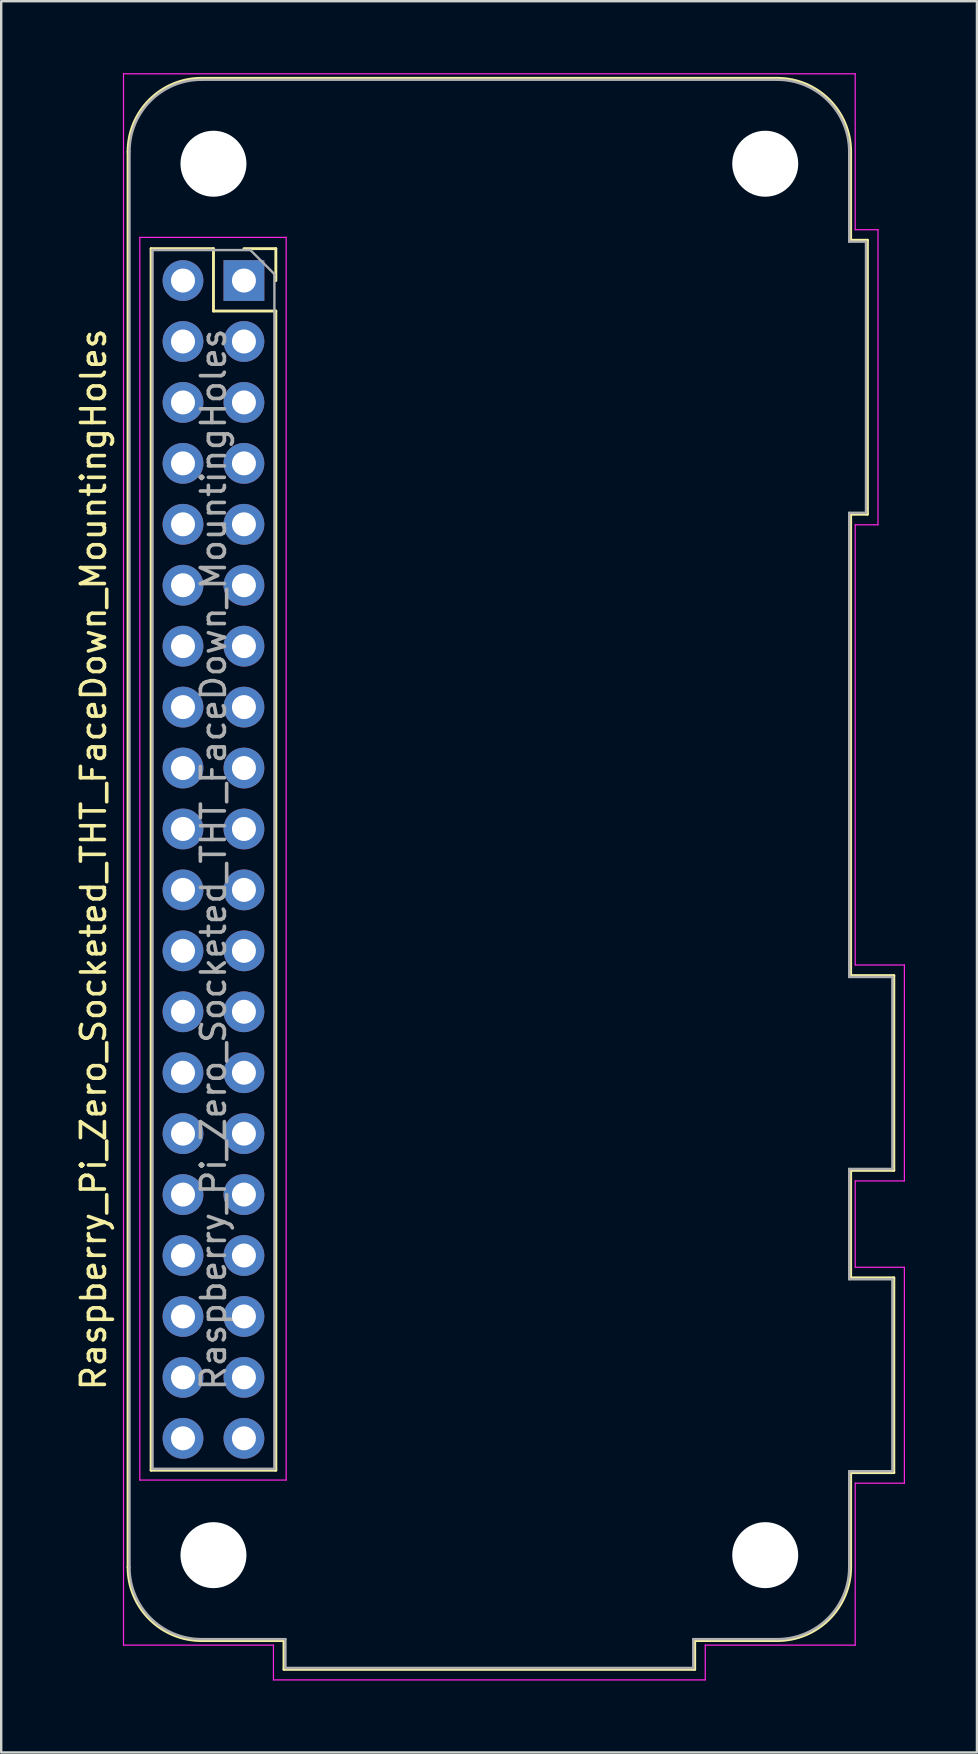
<source format=kicad_pcb>
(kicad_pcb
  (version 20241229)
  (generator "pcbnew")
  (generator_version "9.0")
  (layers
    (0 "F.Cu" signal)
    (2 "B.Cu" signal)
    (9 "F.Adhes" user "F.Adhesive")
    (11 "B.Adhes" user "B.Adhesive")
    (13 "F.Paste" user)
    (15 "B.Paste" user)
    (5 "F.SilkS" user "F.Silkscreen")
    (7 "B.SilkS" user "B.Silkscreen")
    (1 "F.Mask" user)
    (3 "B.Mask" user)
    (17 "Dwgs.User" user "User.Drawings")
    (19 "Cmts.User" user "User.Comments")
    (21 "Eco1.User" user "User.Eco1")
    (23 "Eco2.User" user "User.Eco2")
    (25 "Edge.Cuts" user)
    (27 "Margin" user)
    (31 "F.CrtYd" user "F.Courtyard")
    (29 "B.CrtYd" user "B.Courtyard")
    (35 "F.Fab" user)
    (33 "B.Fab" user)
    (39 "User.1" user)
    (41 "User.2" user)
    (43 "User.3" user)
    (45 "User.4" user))
  (footprint "Raspberry_Pi_Zero_Socketed_THT_FaceDown_MountingHoles"
    (layer "F.Cu")
    (at 7.118 8.645)
    (property "Reference" "Raspberry_Pi_Zero_Socketed_THT_FaceDown_MountingHoles" (at -6.27 24.13 90) (layer "F.SilkS") (effects (font (size 1 1) (thickness 0.15))))
    (attr through_hole)
    (fp_line (start -4.83 53.63) (end -4.83 -5.37) (stroke (width 0.12) (type solid)) (layer "F.SilkS"))
    (fp_line (start -3.87 -1.33) (end -3.87 49.59) (stroke (width 0.12) (type solid)) (layer "F.SilkS"))
    (fp_line (start -3.87 -1.33) (end -1.27 -1.33) (stroke (width 0.12) (type solid)) (layer "F.SilkS"))
    (fp_line (start -3.87 49.59) (end 1.33 49.59) (stroke (width 0.12) (type solid)) (layer "F.SilkS"))
    (fp_line (start -1.77 -8.43) (end 22.23 -8.43) (stroke (width 0.12) (type solid)) (layer "F.SilkS"))
    (fp_line (start -1.27 -1.33) (end -1.27 1.27) (stroke (width 0.12) (type solid)) (layer "F.SilkS"))
    (fp_line (start -1.27 1.27) (end 1.33 1.27) (stroke (width 0.12) (type solid)) (layer "F.SilkS"))
    (fp_line (start 0 -1.33) (end 1.33 -1.33) (stroke (width 0.12) (type solid)) (layer "F.SilkS"))
    (fp_line (start 1.33 -1.33) (end 1.33 0) (stroke (width 0.12) (type solid)) (layer "F.SilkS"))
    (fp_line (start 1.33 1.27) (end 1.33 49.59) (stroke (width 0.12) (type solid)) (layer "F.SilkS"))
    (fp_line (start 1.67 56.69) (end -1.77 56.69) (stroke (width 0.12) (type solid)) (layer "F.SilkS"))
    (fp_line (start 1.67 56.69) (end 1.67 57.89) (stroke (width 0.12) (type solid)) (layer "F.SilkS"))
    (fp_line (start 1.67 57.89) (end 18.79 57.89) (stroke (width 0.12) (type solid)) (layer "F.SilkS"))
    (fp_line (start 18.79 56.69) (end 22.23 56.69) (stroke (width 0.12) (type solid)) (layer "F.SilkS"))
    (fp_line (start 18.79 57.89) (end 18.79 56.69) (stroke (width 0.12) (type solid)) (layer "F.SilkS"))
    (fp_line (start 25.29 -1.68) (end 25.29 -5.37) (stroke (width 0.12) (type solid)) (layer "F.SilkS"))
    (fp_line (start 25.29 9.74) (end 25.99 9.74) (stroke (width 0.12) (type solid)) (layer "F.SilkS"))
    (fp_line (start 25.29 28.97) (end 25.29 9.74) (stroke (width 0.12) (type solid)) (layer "F.SilkS"))
    (fp_line (start 25.29 37.09) (end 27.09 37.09) (stroke (width 0.12) (type solid)) (layer "F.SilkS"))
    (fp_line (start 25.29 41.57) (end 25.29 37.09) (stroke (width 0.12) (type solid)) (layer "F.SilkS"))
    (fp_line (start 25.29 49.69) (end 27.09 49.69) (stroke (width 0.12) (type solid)) (layer "F.SilkS"))
    (fp_line (start 25.29 53.63) (end 25.29 49.69) (stroke (width 0.12) (type solid)) (layer "F.SilkS"))
    (fp_line (start 25.99 -1.68) (end 25.29 -1.68) (stroke (width 0.12) (type solid)) (layer "F.SilkS"))
    (fp_line (start 25.99 9.74) (end 25.99 -1.68) (stroke (width 0.12) (type solid)) (layer "F.SilkS"))
    (fp_line (start 27.09 28.97) (end 25.29 28.97) (stroke (width 0.12) (type solid)) (layer "F.SilkS"))
    (fp_line (start 27.09 37.09) (end 27.09 28.97) (stroke (width 0.12) (type solid)) (layer "F.SilkS"))
    (fp_line (start 27.09 41.57) (end 25.29 41.57) (stroke (width 0.12) (type solid)) (layer "F.SilkS"))
    (fp_line (start 27.09 49.69) (end 27.09 41.57) (stroke (width 0.12) (type solid)) (layer "F.SilkS"))
    (fp_arc (start -4.83 -5.37) (mid -3.933747 -7.533747) (end -1.77 -8.43) (stroke (width 0.12) (type solid)) (layer "F.SilkS"))
    (fp_arc (start -1.77 56.69) (mid -3.933747 55.793747) (end -4.83 53.63) (stroke (width 0.12) (type solid)) (layer "F.SilkS"))
    (fp_arc (start 22.23 -8.43) (mid 24.393747 -7.533747) (end 25.29 -5.37) (stroke (width 0.12) (type solid)) (layer "F.SilkS"))
    (fp_arc (start 25.29 53.63) (mid 24.393747 55.793747) (end 22.23 56.69) (stroke (width 0.12) (type solid)) (layer "F.SilkS"))
    (fp_line (start -5.02 -8.62) (end 25.48 -8.62) (stroke (width 0.05) (type solid)) (layer "F.CrtYd"))
    (fp_line (start -5.02 56.88) (end -5.02 -8.62) (stroke (width 0.05) (type solid)) (layer "F.CrtYd"))
    (fp_line (start -5.02 56.88) (end 1.23 56.88) (stroke (width 0.05) (type solid)) (layer "F.CrtYd"))
    (fp_line (start -4.34 -1.8) (end 1.76 -1.8) (stroke (width 0.05) (type solid)) (layer "F.CrtYd"))
    (fp_line (start -4.34 50) (end -4.34 -1.8) (stroke (width 0.05) (type solid)) (layer "F.CrtYd"))
    (fp_line (start 1.23 58.33) (end 1.23 56.88) (stroke (width 0.05) (type solid)) (layer "F.CrtYd"))
    (fp_line (start 1.76 -1.8) (end 1.76 50) (stroke (width 0.05) (type solid)) (layer "F.CrtYd"))
    (fp_line (start 1.76 50) (end -4.34 50) (stroke (width 0.05) (type solid)) (layer "F.CrtYd"))
    (fp_line (start 19.23 56.88) (end 25.48 56.88) (stroke (width 0.05) (type solid)) (layer "F.CrtYd"))
    (fp_line (start 19.23 58.33) (end 1.23 58.33) (stroke (width 0.05) (type solid)) (layer "F.CrtYd"))
    (fp_line (start 19.23 58.33) (end 19.23 56.88) (stroke (width 0.05) (type solid)) (layer "F.CrtYd"))
    (fp_line (start 25.48 -2.12) (end 25.48 -8.62) (stroke (width 0.05) (type solid)) (layer "F.CrtYd"))
    (fp_line (start 25.48 28.53) (end 25.48 10.18) (stroke (width 0.05) (type solid)) (layer "F.CrtYd"))
    (fp_line (start 25.48 37.53) (end 25.48 41.13) (stroke (width 0.05) (type solid)) (layer "F.CrtYd"))
    (fp_line (start 25.48 50.13) (end 25.48 56.88) (stroke (width 0.05) (type solid)) (layer "F.CrtYd"))
    (fp_line (start 26.43 -2.12) (end 25.48 -2.12) (stroke (width 0.05) (type solid)) (layer "F.CrtYd"))
    (fp_line (start 26.43 -2.12) (end 26.43 10.18) (stroke (width 0.05) (type solid)) (layer "F.CrtYd"))
    (fp_line (start 26.43 10.18) (end 25.48 10.18) (stroke (width 0.05) (type solid)) (layer "F.CrtYd"))
    (fp_line (start 27.53 28.53) (end 25.48 28.53) (stroke (width 0.05) (type solid)) (layer "F.CrtYd"))
    (fp_line (start 27.53 37.53) (end 25.48 37.53) (stroke (width 0.05) (type solid)) (layer "F.CrtYd"))
    (fp_line (start 27.53 37.53) (end 27.53 28.53) (stroke (width 0.05) (type solid)) (layer "F.CrtYd"))
    (fp_line (start 27.53 41.13) (end 25.48 41.13) (stroke (width 0.05) (type solid)) (layer "F.CrtYd"))
    (fp_line (start 27.53 50.13) (end 25.48 50.13) (stroke (width 0.05) (type solid)) (layer "F.CrtYd"))
    (fp_line (start 27.53 50.13) (end 27.53 41.13) (stroke (width 0.05) (type solid)) (layer "F.CrtYd"))
    (fp_line (start -4.77 53.63) (end -4.77 -5.37) (stroke (width 0.1) (type solid)) (layer "F.Fab"))
    (fp_line (start -3.81 -1.27) (end 0.27 -1.27) (stroke (width 0.1) (type solid)) (layer "F.Fab"))
    (fp_line (start -3.81 49.53) (end -3.81 -1.27) (stroke (width 0.1) (type solid)) (layer "F.Fab"))
    (fp_line (start -1.77 -8.37) (end 22.23 -8.37) (stroke (width 0.1) (type solid)) (layer "F.Fab"))
    (fp_line (start -1.77 56.63) (end 1.73 56.63) (stroke (width 0.1) (type solid)) (layer "F.Fab"))
    (fp_line (start 0.27 -1.27) (end 1.27 -0.27) (stroke (width 0.1) (type solid)) (layer "F.Fab"))
    (fp_line (start 1.27 -0.27) (end 1.27 49.53) (stroke (width 0.1) (type solid)) (layer "F.Fab"))
    (fp_line (start 1.27 49.53) (end -3.81 49.53) (stroke (width 0.1) (type solid)) (layer "F.Fab"))
    (fp_line (start 1.73 56.63) (end 1.73 57.83) (stroke (width 0.1) (type solid)) (layer "F.Fab"))
    (fp_line (start 1.73 57.83) (end 18.73 57.83) (stroke (width 0.1) (type solid)) (layer "F.Fab"))
    (fp_line (start 18.73 56.63) (end 18.73 57.83) (stroke (width 0.1) (type solid)) (layer "F.Fab"))
    (fp_line (start 22.23 56.63) (end 18.73 56.63) (stroke (width 0.1) (type solid)) (layer "F.Fab"))
    (fp_line (start 25.23 -1.62) (end 25.23 -5.37) (stroke (width 0.1) (type solid)) (layer "F.Fab"))
    (fp_line (start 25.23 -1.62) (end 25.93 -1.62) (stroke (width 0.1) (type solid)) (layer "F.Fab"))
    (fp_line (start 25.23 9.68) (end 25.93 9.68) (stroke (width 0.1) (type solid)) (layer "F.Fab"))
    (fp_line (start 25.23 29.03) (end 25.23 9.68) (stroke (width 0.1) (type solid)) (layer "F.Fab"))
    (fp_line (start 25.23 37.03) (end 27.03 37.03) (stroke (width 0.1) (type solid)) (layer "F.Fab"))
    (fp_line (start 25.23 41.63) (end 25.23 37.03) (stroke (width 0.1) (type solid)) (layer "F.Fab"))
    (fp_line (start 25.23 49.63) (end 25.23 53.63) (stroke (width 0.1) (type solid)) (layer "F.Fab"))
    (fp_line (start 25.23 49.63) (end 27.03 49.63) (stroke (width 0.1) (type solid)) (layer "F.Fab"))
    (fp_line (start 25.93 9.68) (end 25.93 -1.62) (stroke (width 0.1) (type solid)) (layer "F.Fab"))
    (fp_line (start 27.03 29.03) (end 25.23 29.03) (stroke (width 0.1) (type solid)) (layer "F.Fab"))
    (fp_line (start 27.03 37.03) (end 27.03 29.03) (stroke (width 0.1) (type solid)) (layer "F.Fab"))
    (fp_line (start 27.03 41.63) (end 25.23 41.63) (stroke (width 0.1) (type solid)) (layer "F.Fab"))
    (fp_line (start 27.03 49.63) (end 27.03 41.63) (stroke (width 0.1) (type solid)) (layer "F.Fab"))
    (fp_arc (start -4.77 -5.37) (mid -3.89132 -7.49132) (end -1.77 -8.37) (stroke (width 0.1) (type solid)) (layer "F.Fab"))
    (fp_arc (start -1.77 56.63) (mid -3.89132 55.75132) (end -4.77 53.63) (stroke (width 0.1) (type solid)) (layer "F.Fab"))
    (fp_arc (start 22.23 -8.37) (mid 24.35132 -7.49132) (end 25.23 -5.37) (stroke (width 0.1) (type solid)) (layer "F.Fab"))
    (fp_arc (start 25.23 53.63) (mid 24.35132 55.75132) (end 22.23 56.63) (stroke (width 0.1) (type solid)) (layer "F.Fab"))
    (fp_text user "${REFERENCE}" (at -1.27 24.13 90) (layer "F.Fab") (effects (font (size 1 1) (thickness 0.15))))
    (pad "" np_thru_hole circle (at -1.27 -4.87 90) (size 2.75 2.75) (drill 2.75) (layers "*.Cu" "*.Mask"))
    (pad "" np_thru_hole circle (at -1.27 53.13 90) (size 2.75 2.75) (drill 2.75) (layers "*.Cu" "*.Mask"))
    (pad "" np_thru_hole circle (at 21.73 -4.87 90) (size 2.75 2.75) (drill 2.75) (layers "*.Cu" "*.Mask"))
    (pad "" np_thru_hole circle (at 21.73 53.13 90) (size 2.75 2.75) (drill 2.75) (layers "*.Cu" "*.Mask"))
    (pad "1" thru_hole rect (at 0 0) (size 1.7 1.7) (drill 1) (layers "*.Cu" "*.Mask"))
    (pad "2" thru_hole oval (at -2.54 0) (size 1.7 1.7) (drill 1) (layers "*.Cu" "*.Mask"))
    (pad "3" thru_hole oval (at 0 2.54) (size 1.7 1.7) (drill 1) (layers "*.Cu" "*.Mask"))
    (pad "4" thru_hole oval (at -2.54 2.54) (size 1.7 1.7) (drill 1) (layers "*.Cu" "*.Mask"))
    (pad "5" thru_hole oval (at 0 5.08) (size 1.7 1.7) (drill 1) (layers "*.Cu" "*.Mask"))
    (pad "6" thru_hole oval (at -2.54 5.08) (size 1.7 1.7) (drill 1) (layers "*.Cu" "*.Mask"))
    (pad "7" thru_hole oval (at 0 7.62) (size 1.7 1.7) (drill 1) (layers "*.Cu" "*.Mask"))
    (pad "8" thru_hole oval (at -2.54 7.62) (size 1.7 1.7) (drill 1) (layers "*.Cu" "*.Mask"))
    (pad "9" thru_hole oval (at 0 10.16) (size 1.7 1.7) (drill 1) (layers "*.Cu" "*.Mask"))
    (pad "10" thru_hole oval (at -2.54 10.16) (size 1.7 1.7) (drill 1) (layers "*.Cu" "*.Mask"))
    (pad "11" thru_hole oval (at 0 12.7) (size 1.7 1.7) (drill 1) (layers "*.Cu" "*.Mask"))
    (pad "12" thru_hole oval (at -2.54 12.7) (size 1.7 1.7) (drill 1) (layers "*.Cu" "*.Mask"))
    (pad "13" thru_hole oval (at 0 15.24) (size 1.7 1.7) (drill 1) (layers "*.Cu" "*.Mask"))
    (pad "14" thru_hole oval (at -2.54 15.24) (size 1.7 1.7) (drill 1) (layers "*.Cu" "*.Mask"))
    (pad "15" thru_hole oval (at 0 17.78) (size 1.7 1.7) (drill 1) (layers "*.Cu" "*.Mask"))
    (pad "16" thru_hole oval (at -2.54 17.78) (size 1.7 1.7) (drill 1) (layers "*.Cu" "*.Mask"))
    (pad "17" thru_hole oval (at 0 20.32) (size 1.7 1.7) (drill 1) (layers "*.Cu" "*.Mask"))
    (pad "18" thru_hole oval (at -2.54 20.32) (size 1.7 1.7) (drill 1) (layers "*.Cu" "*.Mask"))
    (pad "19" thru_hole oval (at 0 22.86) (size 1.7 1.7) (drill 1) (layers "*.Cu" "*.Mask"))
    (pad "20" thru_hole oval (at -2.54 22.86) (size 1.7 1.7) (drill 1) (layers "*.Cu" "*.Mask"))
    (pad "21" thru_hole oval (at 0 25.4) (size 1.7 1.7) (drill 1) (layers "*.Cu" "*.Mask"))
    (pad "22" thru_hole oval (at -2.54 25.4) (size 1.7 1.7) (drill 1) (layers "*.Cu" "*.Mask"))
    (pad "23" thru_hole oval (at 0 27.94) (size 1.7 1.7) (drill 1) (layers "*.Cu" "*.Mask"))
    (pad "24" thru_hole oval (at -2.54 27.94) (size 1.7 1.7) (drill 1) (layers "*.Cu" "*.Mask"))
    (pad "25" thru_hole oval (at 0 30.48) (size 1.7 1.7) (drill 1) (layers "*.Cu" "*.Mask"))
    (pad "26" thru_hole oval (at -2.54 30.48) (size 1.7 1.7) (drill 1) (layers "*.Cu" "*.Mask"))
    (pad "27" thru_hole oval (at 0 33.02) (size 1.7 1.7) (drill 1) (layers "*.Cu" "*.Mask"))
    (pad "28" thru_hole oval (at -2.54 33.02) (size 1.7 1.7) (drill 1) (layers "*.Cu" "*.Mask"))
    (pad "29" thru_hole oval (at 0 35.56) (size 1.7 1.7) (drill 1) (layers "*.Cu" "*.Mask"))
    (pad "30" thru_hole oval (at -2.54 35.56) (size 1.7 1.7) (drill 1) (layers "*.Cu" "*.Mask"))
    (pad "31" thru_hole oval (at 0 38.1) (size 1.7 1.7) (drill 1) (layers "*.Cu" "*.Mask"))
    (pad "32" thru_hole oval (at -2.54 38.1) (size 1.7 1.7) (drill 1) (layers "*.Cu" "*.Mask"))
    (pad "33" thru_hole oval (at 0 40.64) (size 1.7 1.7) (drill 1) (layers "*.Cu" "*.Mask"))
    (pad "34" thru_hole oval (at -2.54 40.64) (size 1.7 1.7) (drill 1) (layers "*.Cu" "*.Mask"))
    (pad "35" thru_hole oval (at 0 43.18) (size 1.7 1.7) (drill 1) (layers "*.Cu" "*.Mask"))
    (pad "36" thru_hole oval (at -2.54 43.18) (size 1.7 1.7) (drill 1) (layers "*.Cu" "*.Mask"))
    (pad "37" thru_hole oval (at 0 45.72) (size 1.7 1.7) (drill 1) (layers "*.Cu" "*.Mask"))
    (pad "38" thru_hole oval (at -2.54 45.72) (size 1.7 1.7) (drill 1) (layers "*.Cu" "*.Mask"))
    (pad "39" thru_hole oval (at 0 48.26) (size 1.7 1.7) (drill 1) (layers "*.Cu" "*.Mask"))
    (pad "40" thru_hole oval (at -2.54 48.26) (size 1.7 1.7) (drill 1) (layers "*.Cu" "*.Mask")))
  (gr_rect
    (start -3 -3)
    (end 37.673 70)
    (stroke (width 0.1) (type default))
    (fill no)
    (layer "Edge.Cuts")))
</source>
